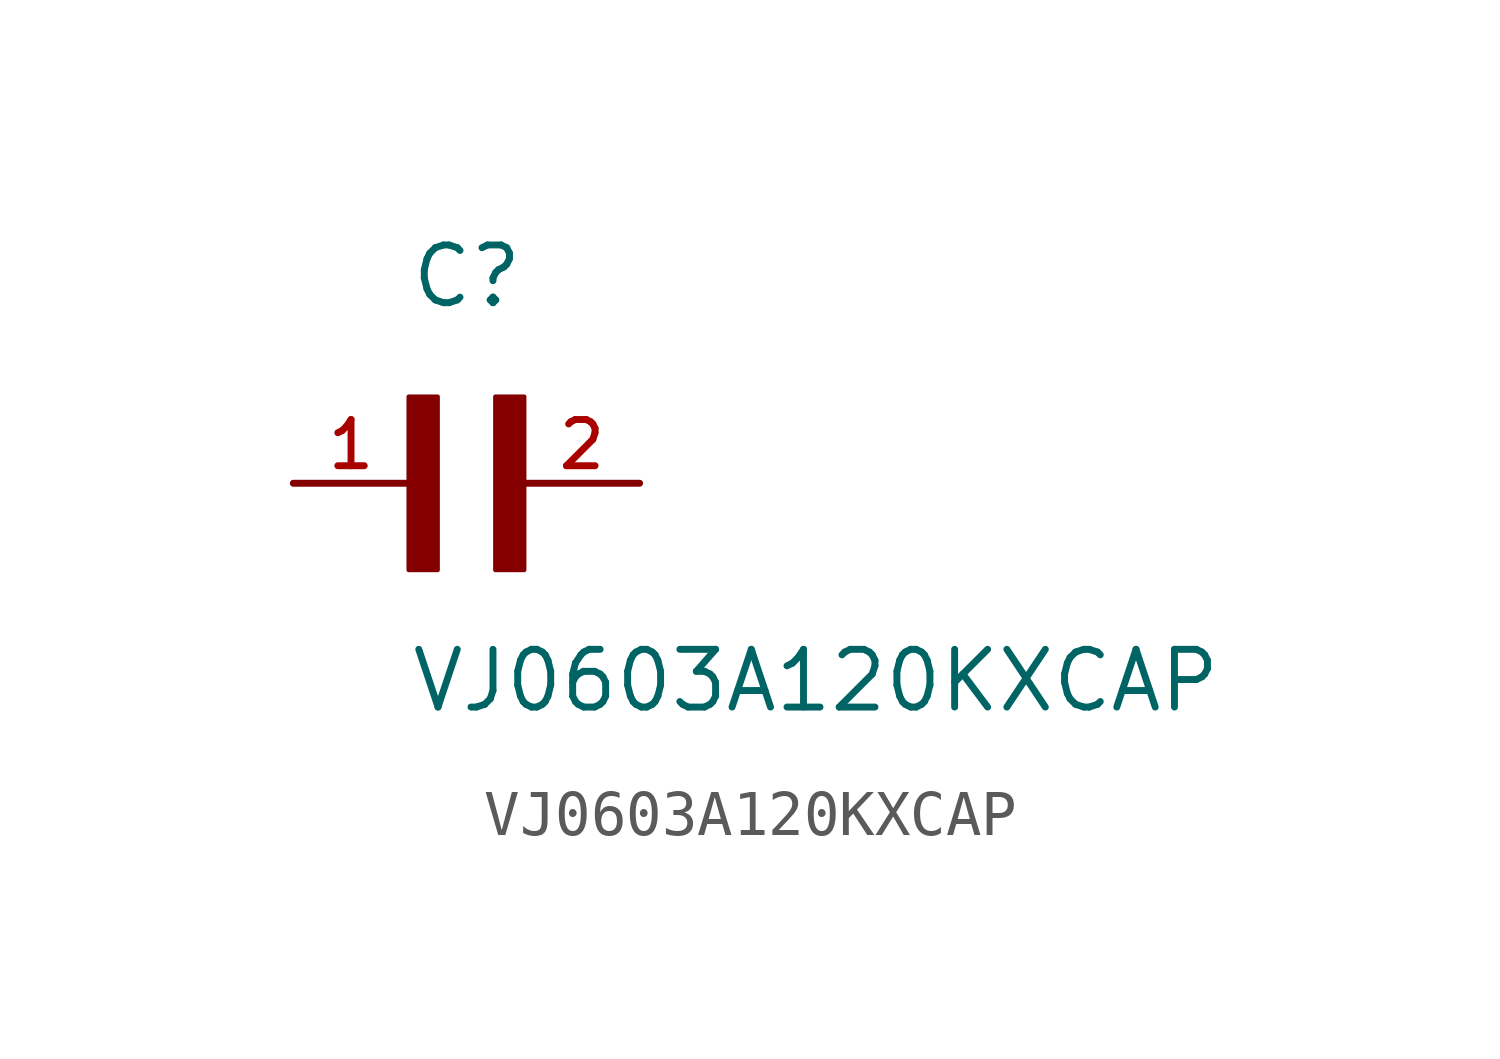
<source format=kicad_sym>
(kicad_symbol_lib
  (version 20211014)
  (generator kicad_symbol_editor)
  (symbol "VJ0603A120KXCAP"
    (pin_names
      (offset 1.016))
    (property "Reference" "C"
      (at 0.0 3.811 0)
      (effects (font (size 1.27 1.27)) (justify bottom left)))
    (property "Value" "VJ0603A120KXCAP"
      (at 0.0 -5.088 0)
      (effects (font (size 1.27 1.27)) (justify bottom left)))
    (symbol "VJ0603A120KXCAP_0_0"
      (rectangle (start 0.0 -1.907) (end 0.635 1.905) (stroke (width 0.1)) (fill (type outline)))
      (rectangle (start 1.907 -1.907) (end 2.54 1.905) (stroke (width 0.1)) (fill (type outline)))
      (pin passive line (at 5.08 0.0 180.0) (length 2.54) (name "~" (effects (font (size 1.016 1.016)))) (number "2" (effects (font (size 1.016 1.016)))))
      (pin passive line (at -2.54 0.0 0) (length 2.54) (name "~" (effects (font (size 1.016 1.016)))) (number "1" (effects (font (size 1.016 1.016))))))))
</source>
